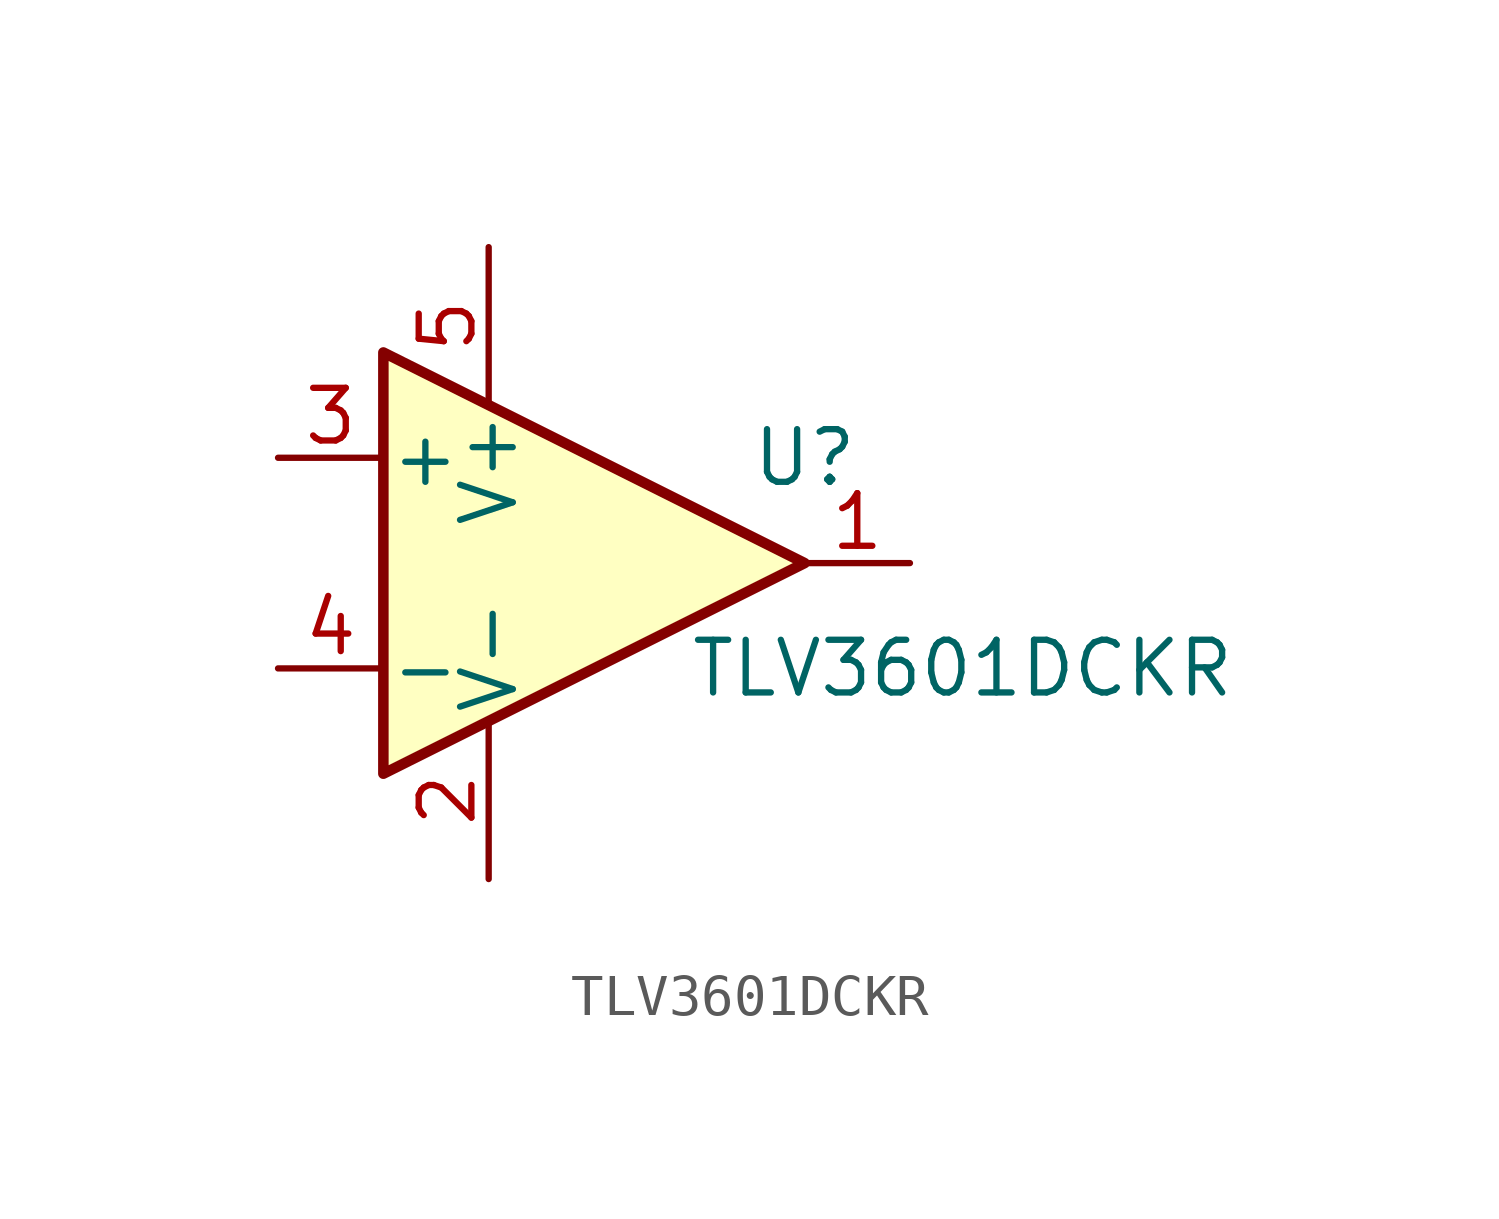
<source format=kicad_sym>
(kicad_symbol_lib
  (version 20211014)
  (generator kicad_symbol_editor)
  (symbol "TLV3601DCKR"
    (pin_names
      (offset 0.127))
    (property "Reference" "U"
      (at 7.62 2.54 0)
      (effects (font (size 1.27 1.27))))
    (property "Value" "TLV3601DCKR"
      (at 11.43 -2.54 0)
      (effects (font (size 1.27 1.27))))
    (symbol "TLV3601DCKR_0_1"
      (polyline (pts (xy -2.54 5.08) (xy -2.54 -5.08) (xy 7.62 0) (xy -2.54 5.08)) (stroke (width 0.254) (type default) (color 0 0 0 0)) (fill (type background))))
    (symbol "TLV3601DCKR_1_1"
      (pin output line (at 10.16 0 180) (length 2.54) (name "~" (effects (font (size 1.27 1.27)))) (number "1" (effects (font (size 1.27 1.27)))))
      (pin power_in line (at 0 -7.62 90) (length 3.81) (name "V-" (effects (font (size 1.27 1.27)))) (number "2" (effects (font (size 1.27 1.27)))))
      (pin input line (at -5.08 2.54 0) (length 2.54) (name "+" (effects (font (size 1.27 1.27)))) (number "3" (effects (font (size 1.27 1.27)))))
      (pin input line (at -5.08 -2.54 0) (length 2.54) (name "-" (effects (font (size 1.27 1.27)))) (number "4" (effects (font (size 1.27 1.27)))))
      (pin power_in line (at 0 7.62 270) (length 3.81) (name "V+" (effects (font (size 1.27 1.27)))) (number "5" (effects (font (size 1.27 1.27))))))))
</source>
